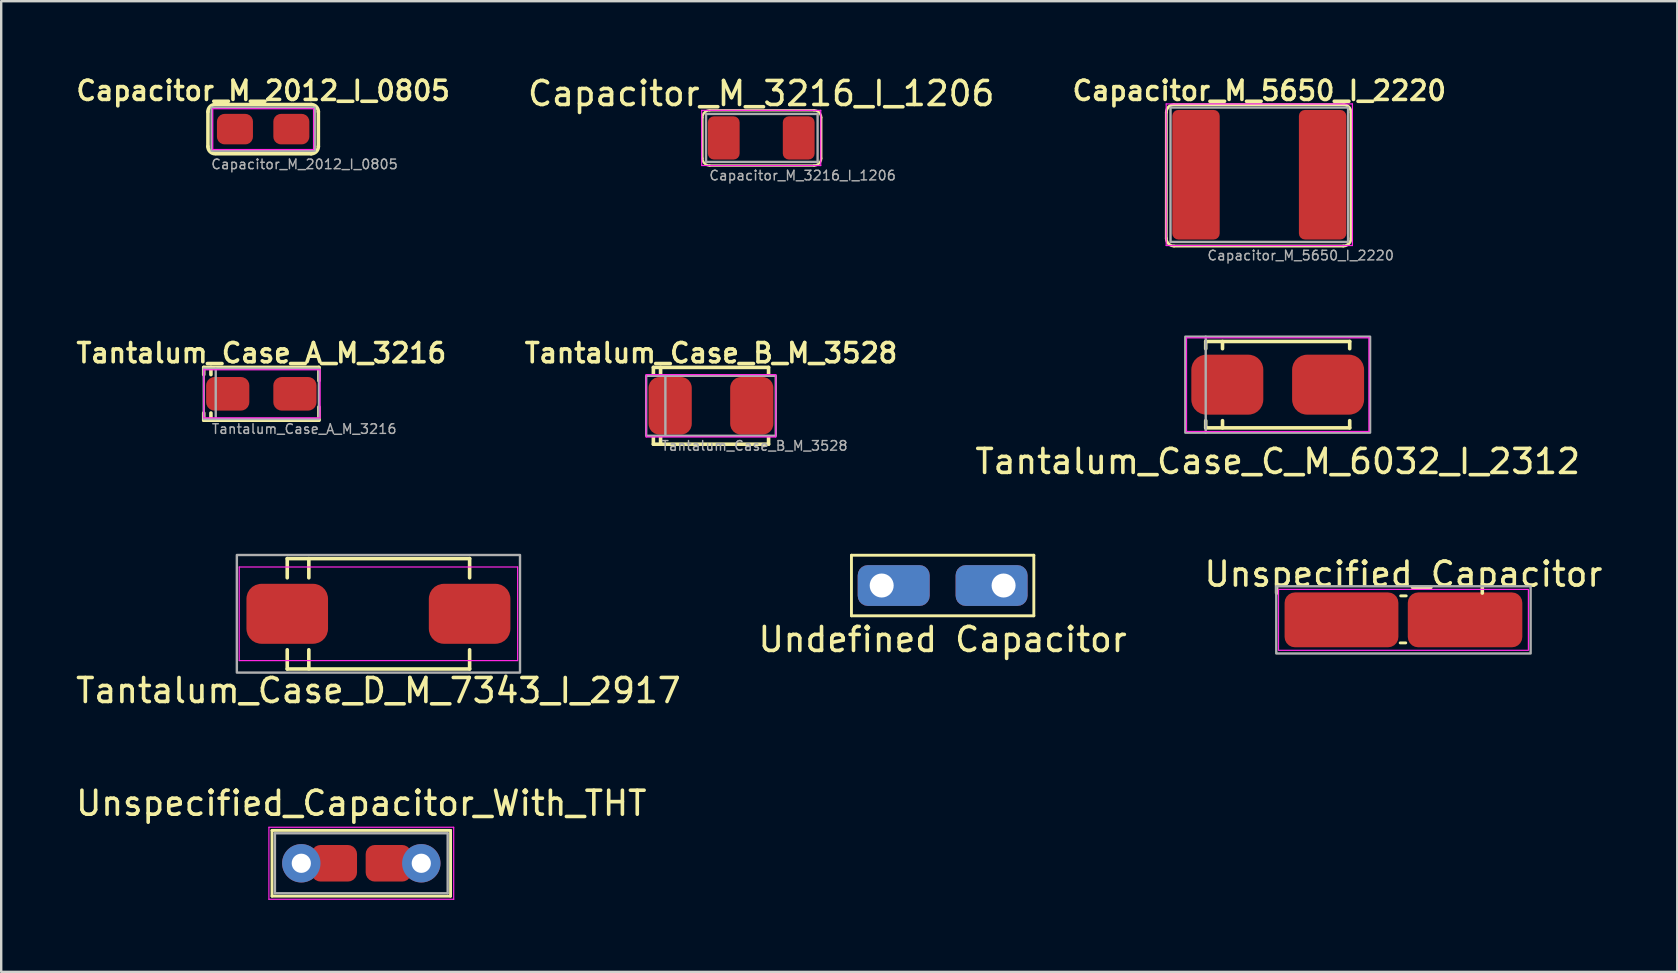
<source format=kicad_pcb>
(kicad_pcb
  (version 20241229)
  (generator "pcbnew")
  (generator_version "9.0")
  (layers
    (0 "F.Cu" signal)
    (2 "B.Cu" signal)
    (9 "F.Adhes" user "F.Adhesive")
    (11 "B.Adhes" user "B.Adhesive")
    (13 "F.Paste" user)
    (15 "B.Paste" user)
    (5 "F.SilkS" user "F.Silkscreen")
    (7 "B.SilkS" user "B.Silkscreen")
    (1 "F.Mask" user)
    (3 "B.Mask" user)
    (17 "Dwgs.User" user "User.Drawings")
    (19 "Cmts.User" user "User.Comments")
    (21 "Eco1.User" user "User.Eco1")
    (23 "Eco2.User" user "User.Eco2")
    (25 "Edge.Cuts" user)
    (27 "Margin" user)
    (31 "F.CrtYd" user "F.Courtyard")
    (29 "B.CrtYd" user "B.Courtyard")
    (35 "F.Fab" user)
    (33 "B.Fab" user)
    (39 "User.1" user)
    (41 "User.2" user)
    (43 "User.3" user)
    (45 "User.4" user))
  (footprint "Capacitor_M_2012_I_0805"
    (layer "F.Cu")
    (at 7.916 2.331)
    (property "Reference" "Capacitor_M_2012_I_0805" (at 0 -1.6 0) (layer "F.SilkS") (effects (font (size 0.8 0.8) (thickness 0.15))))
    (attr smd)
    (fp_line (start -2.3 0.725) (end -2.3 -0.725) (stroke (width 0.15) (type default)) (layer "F.SilkS"))
    (fp_line (start -1.95 -1.025) (end 2 -1.025) (stroke (width 0.15) (type default)) (layer "F.SilkS"))
    (fp_line (start 2 1.025) (end -1.95 1.025) (stroke (width 0.15) (type default)) (layer "F.SilkS"))
    (fp_line (start 2.3 -0.725) (end 2.3 0.725) (stroke (width 0.15) (type default)) (layer "F.SilkS"))
    (fp_arc (start -2.3 -0.725) (mid -2.212132 -0.937132) (end -2 -1.025) (stroke (width 0.15) (type default)) (layer "F.SilkS"))
    (fp_arc (start -2 1.025) (mid -2.212132 0.937132) (end -2.3 0.725) (stroke (width 0.15) (type default)) (layer "F.SilkS"))
    (fp_arc (start 2 -1.025) (mid 2.212132 -0.937132) (end 2.3 -0.725) (stroke (width 0.15) (type default)) (layer "F.SilkS"))
    (fp_arc (start 2.3 0.725) (mid 2.212132 0.937132) (end 2 1.025) (stroke (width 0.15) (type default)) (layer "F.SilkS"))
    (fp_line (start -2.1 -0.85) (end 2.1 -0.85) (stroke (width 0.05) (type default)) (layer "F.CrtYd"))
    (fp_line (start -2.1 0.85) (end -2.1 -0.85) (stroke (width 0.05) (type default)) (layer "F.CrtYd"))
    (fp_line (start 2.1 -0.85) (end 2.1 0.85) (stroke (width 0.05) (type default)) (layer "F.CrtYd"))
    (fp_line (start 2.1 0.85) (end -2.1 0.85) (stroke (width 0.05) (type default)) (layer "F.CrtYd"))
    (fp_rect (start -2.15 -0.9) (end 2.15 0.9) (stroke (width 0.1) (type default)) (fill no) (layer "F.Fab"))
    (fp_text user "${REFERENCE}" (at -2.2 1.7 0) (unlocked yes) (layer "F.Fab") (effects (font (size 0.4 0.4) (thickness 0.06)) (justify left bottom)))
    (pad "1" smd roundrect (at -1.175 0) (size 1.5 1.27) (layers "F.Cu" "F.Mask" "F.Paste") (roundrect_rratio 0.25))
    (pad "2" smd roundrect (at 1.175 0) (size 1.5 1.27) (layers "F.Cu" "F.Mask" "F.Paste") (roundrect_rratio 0.25)))
  (footprint "Capacitor_M_3216_I_1206"
    (layer "F.Cu")
    (at 28.672 2.698)
    (property "Reference" "Capacitor_M_3216_I_1206" (at 0 -1.85 0) (layer "F.SilkS") (effects (font (size 1 1) (thickness 0.15))))
    (attr smd)
    (fp_line (start -2.45 -0.85) (end -2.45 0.85) (stroke (width 0.1) (type solid)) (layer "F.SilkS"))
    (fp_line (start -2.15 1.15) (end 2.2 1.15) (stroke (width 0.1) (type solid)) (layer "F.SilkS"))
    (fp_line (start 2.2 -1.15) (end -2.15 -1.15) (stroke (width 0.1) (type solid)) (layer "F.SilkS"))
    (fp_line (start 2.5 0.85) (end 2.5 -0.85) (stroke (width 0.1) (type solid)) (layer "F.SilkS"))
    (fp_arc (start -2.45 -0.85) (mid -2.362132 -1.062132) (end -2.15 -1.15) (stroke (width 0.1) (type default)) (layer "F.SilkS"))
    (fp_arc (start -2.15 1.15) (mid -2.362132 1.062132) (end -2.45 0.85) (stroke (width 0.1) (type default)) (layer "F.SilkS"))
    (fp_arc (start 2.2 -1.15) (mid 2.412132 -1.062132) (end 2.5 -0.85) (stroke (width 0.1) (type default)) (layer "F.SilkS"))
    (fp_arc (start 2.5 0.85) (mid 2.412132 1.062132) (end 2.2 1.15) (stroke (width 0.1) (type default)) (layer "F.SilkS"))
    (fp_line (start -2.48 -1.15) (end 2.48 -1.15) (stroke (width 0.05) (type solid)) (layer "F.CrtYd"))
    (fp_line (start -2.48 1.15) (end -2.48 -1.15) (stroke (width 0.05) (type solid)) (layer "F.CrtYd"))
    (fp_line (start 2.48 -1.15) (end 2.48 1.15) (stroke (width 0.05) (type solid)) (layer "F.CrtYd"))
    (fp_line (start 2.48 1.15) (end -2.48 1.15) (stroke (width 0.05) (type solid)) (layer "F.CrtYd"))
    (fp_line (start -2.3 -1) (end 2.35 -1) (stroke (width 0.1) (type solid)) (layer "F.Fab"))
    (fp_line (start -2.3 1) (end -2.3 -1) (stroke (width 0.1) (type solid)) (layer "F.Fab"))
    (fp_line (start 2.35 -1) (end 2.35 1) (stroke (width 0.1) (type solid)) (layer "F.Fab"))
    (fp_line (start 2.35 1) (end -2.3 1) (stroke (width 0.1) (type solid)) (layer "F.Fab"))
    (fp_text user "${REFERENCE}" (at -2.2 1.8 0) (unlocked yes) (layer "F.Fab") (effects (font (size 0.4 0.4) (thickness 0.06)) (justify left bottom)))
    (pad "1" smd roundrect (at -1.562 0) (size 1.325 1.8) (layers "F.Cu" "F.Mask" "F.Paste") (roundrect_rratio 0.189))
    (pad "2" smd roundrect (at 1.562 0) (size 1.325 1.8) (layers "F.Cu" "F.Mask" "F.Paste") (roundrect_rratio 0.189)))
  (footprint "Tantalum_Case_D_M_7343_I_2917"
    (layer "F.Cu")
    (at 12.72 22.528)
    (property "Reference" "Tantalum_Case_D_M_7343_I_2917" (at 0 3.2 0) (layer "F.SilkS") (effects (font (size 1 1) (thickness 0.15))))
    (attr smd)
    (fp_line (start -3.8 -2.3) (end 3.8 -2.3) (stroke (width 0.15) (type default)) (layer "F.SilkS"))
    (fp_line (start -3.8 -1.5) (end -3.8 -2.3) (stroke (width 0.15) (type default)) (layer "F.SilkS"))
    (fp_line (start -3.8 2.3) (end -3.8 1.5) (stroke (width 0.15) (type default)) (layer "F.SilkS"))
    (fp_line (start -2.9 -1.5) (end -2.9 -2.3) (stroke (width 0.15) (type default)) (layer "F.SilkS"))
    (fp_line (start -2.9 2.3) (end -2.9 1.5) (stroke (width 0.15) (type default)) (layer "F.SilkS"))
    (fp_line (start 3.8 -2.3) (end 3.8 -1.5) (stroke (width 0.15) (type default)) (layer "F.SilkS"))
    (fp_line (start 3.8 1.5) (end 3.8 2.3) (stroke (width 0.15) (type default)) (layer "F.SilkS"))
    (fp_line (start 3.8 2.3) (end -3.8 2.3) (stroke (width 0.15) (type default)) (layer "F.SilkS"))
    (fp_line (start -5.8 -1.95) (end 5.8 -1.95) (stroke (width 0.05) (type default)) (layer "F.CrtYd"))
    (fp_line (start -5.8 1.95) (end -5.8 -1.95) (stroke (width 0.05) (type default)) (layer "F.CrtYd"))
    (fp_line (start 5.8 -1.95) (end 5.8 1.95) (stroke (width 0.05) (type default)) (layer "F.CrtYd"))
    (fp_line (start 5.8 1.95) (end -5.8 1.95) (stroke (width 0.05) (type default)) (layer "F.CrtYd"))
    (fp_rect (start -5.9 -2.45) (end 5.9 2.45) (stroke (width 0.1) (type default)) (fill no) (layer "F.Fab"))
    (pad "1" smd roundrect (at -3.8 0) (size 3.4 2.5) (layers "F.Cu" "F.Mask" "F.Paste") (roundrect_rratio 0.25))
    (pad "2" smd roundrect (at 3.8 0) (size 3.4 2.5) (layers "F.Cu" "F.Mask" "F.Paste") (roundrect_rratio 0.25)))
  (footprint "Tantalum_Case_A_M_3216"
    (layer "F.Cu")
    (at 7.84 13.361)
    (property "Reference" "Tantalum_Case_A_M_3216" (at 0 -1.7 0) (layer "F.SilkS") (effects (font (size 0.8 0.8) (thickness 0.15))))
    (attr smd)
    (fp_line (start -2.4 -1.1) (end 2.4 -1.1) (stroke (width 0.15) (type default)) (layer "F.SilkS"))
    (fp_line (start -2.4 -0.8) (end -2.4 -1.1) (stroke (width 0.15) (type default)) (layer "F.SilkS"))
    (fp_line (start -2.4 1.1) (end -2.4 0.8) (stroke (width 0.15) (type default)) (layer "F.SilkS"))
    (fp_line (start -2.1 -0.8) (end -2.1 -1.1) (stroke (width 0.15) (type default)) (layer "F.SilkS"))
    (fp_line (start -2.1 1.1) (end -2.1 0.8) (stroke (width 0.15) (type default)) (layer "F.SilkS"))
    (fp_line (start 2.4 -1.1) (end 2.4 -0.55) (stroke (width 0.15) (type default)) (layer "F.SilkS"))
    (fp_line (start 2.4 0.55) (end 2.4 1.1) (stroke (width 0.15) (type default)) (layer "F.SilkS"))
    (fp_line (start 2.4 1.1) (end -2.4 1.1) (stroke (width 0.15) (type default)) (layer "F.SilkS"))
    (fp_line (start -2.4 -1) (end 2.45 -1) (stroke (width 0.05) (type default)) (layer "F.CrtYd"))
    (fp_line (start -2.4 1) (end -2.4 -1) (stroke (width 0.05) (type default)) (layer "F.CrtYd"))
    (fp_line (start 2.45 -1) (end 2.45 1) (stroke (width 0.05) (type default)) (layer "F.CrtYd"))
    (fp_line (start 2.45 1) (end -2.4 1) (stroke (width 0.05) (type default)) (layer "F.CrtYd"))
    (fp_line (start -1.9 -1.05) (end -1.9 1.05) (stroke (width 0.1) (type default)) (layer "F.Fab"))
    (fp_rect (start -2.4 -1.05) (end 2.4 1.05) (stroke (width 0.1) (type default)) (fill no) (layer "F.Fab"))
    (fp_text user "${REFERENCE}" (at -2.1 1.7 0) (unlocked yes) (layer "F.Fab") (effects (font (size 0.4 0.4) (thickness 0.06)) (justify left bottom)))
    (pad "1" smd roundrect (at -1.4 0) (size 1.8 1.4) (layers "F.Cu" "F.Mask" "F.Paste") (roundrect_rratio 0.25))
    (pad "2" smd roundrect (at 1.4 0) (size 1.8 1.4) (layers "F.Cu" "F.Mask" "F.Paste") (roundrect_rratio 0.25)))
  (footprint "Tantalum_Case_B_M_3528"
    (layer "F.Cu")
    (at 26.578 13.861)
    (property "Reference" "Tantalum_Case_B_M_3528" (at 0 -2.2 0) (layer "F.SilkS") (effects (font (size 0.8 0.8) (thickness 0.15))))
    (attr smd)
    (fp_line (start -2.4 -1.6) (end 2.4 -1.6) (stroke (width 0.15) (type default)) (layer "F.SilkS"))
    (fp_line (start -2.4 -1.3) (end -2.4 -1.6) (stroke (width 0.15) (type default)) (layer "F.SilkS"))
    (fp_line (start -2.4 1.6) (end -2.4 1.3) (stroke (width 0.15) (type default)) (layer "F.SilkS"))
    (fp_line (start -2.1 -1.3) (end -2.1 -1.6) (stroke (width 0.15) (type default)) (layer "F.SilkS"))
    (fp_line (start -2.1 1.6) (end -2.1 1.3) (stroke (width 0.15) (type default)) (layer "F.SilkS"))
    (fp_line (start 2.4 -1.6) (end 2.4 -1.3) (stroke (width 0.15) (type default)) (layer "F.SilkS"))
    (fp_line (start 2.4 1.3) (end 2.4 1.6) (stroke (width 0.15) (type default)) (layer "F.SilkS"))
    (fp_line (start 2.4 1.6) (end -2.4 1.6) (stroke (width 0.15) (type default)) (layer "F.SilkS"))
    (fp_line (start -2.7 -1.3) (end 2.7 -1.3) (stroke (width 0.05) (type default)) (layer "F.CrtYd"))
    (fp_line (start -2.7 1.3) (end -2.7 -1.3) (stroke (width 0.05) (type default)) (layer "F.CrtYd"))
    (fp_line (start 2.7 -1.3) (end 2.7 1.3) (stroke (width 0.05) (type default)) (layer "F.CrtYd"))
    (fp_line (start 2.7 1.3) (end -2.7 1.3) (stroke (width 0.05) (type default)) (layer "F.CrtYd"))
    (fp_line (start -1.9 -1.2) (end -1.9 1.2) (stroke (width 0.1) (type default)) (layer "F.Fab"))
    (fp_rect (start -2.7 -1.25) (end 2.7 1.25) (stroke (width 0.1) (type default)) (fill no) (layer "F.Fab"))
    (fp_text user "${REFERENCE}" (at -2.1 1.9 0) (unlocked yes) (layer "F.Fab") (effects (font (size 0.4 0.4) (thickness 0.06)) (justify left bottom)))
    (pad "1" smd roundrect (at -1.7 0) (size 1.8 2.4) (layers "F.Cu" "F.Mask" "F.Paste") (roundrect_rratio 0.25))
    (pad "2" smd roundrect (at 1.7 0) (size 1.8 2.4) (layers "F.Cu" "F.Mask" "F.Paste") (roundrect_rratio 0.25)))
  (footprint "Capacitor_M_5650_I_2220"
    (layer "F.Cu")
    (at 49.428 4.231)
    (property "Reference" "Capacitor_M_5650_I_2220" (at 0 -3.5 0) (layer "F.SilkS") (effects (font (size 0.8 0.8) (thickness 0.15))))
    (attr smd)
    (fp_line (start -3.873 -2.6) (end -3.875 2.65) (stroke (width 0.12) (type solid)) (layer "F.SilkS"))
    (fp_line (start -3.554 2.971) (end 3.5 2.971) (stroke (width 0.12) (type solid)) (layer "F.SilkS"))
    (fp_line (start 3.523 -2.921) (end -3.553 -2.921) (stroke (width 0.12) (type solid)) (layer "F.SilkS"))
    (fp_line (start 3.821 2.65) (end 3.821 -2.6) (stroke (width 0.12) (type solid)) (layer "F.SilkS"))
    (fp_arc (start -3.8735 -2.6) (mid -3.779481 -2.826981) (end -3.5525 -2.921) (stroke (width 0.12) (type default)) (layer "F.SilkS"))
    (fp_arc (start -3.554 2.971) (mid -3.780981 2.876981) (end -3.875 2.65) (stroke (width 0.12) (type default)) (layer "F.SilkS"))
    (fp_arc (start 3.5 -2.921) (mid 3.726981 -2.826981) (end 3.821 -2.6) (stroke (width 0.12) (type default)) (layer "F.SilkS"))
    (fp_arc (start 3.821 2.65) (mid 3.726981 2.876981) (end 3.5 2.971) (stroke (width 0.12) (type default)) (layer "F.SilkS"))
    (fp_line (start -3.88 -2.95) (end 3.88 -2.95) (stroke (width 0.05) (type solid)) (layer "F.CrtYd"))
    (fp_line (start -3.88 2.95) (end -3.88 -2.95) (stroke (width 0.05) (type solid)) (layer "F.CrtYd"))
    (fp_line (start 3.88 -2.95) (end 3.88 2.95) (stroke (width 0.05) (type solid)) (layer "F.CrtYd"))
    (fp_line (start 3.88 2.95) (end -3.88 2.95) (stroke (width 0.05) (type solid)) (layer "F.CrtYd"))
    (fp_rect (start -3.7 -2.8) (end 3.7 2.8) (stroke (width 0.1) (type default)) (fill no) (layer "F.Fab"))
    (fp_text user "${REFERENCE}" (at -2.2 3.6 0) (unlocked yes) (layer "F.Fab") (effects (font (size 0.4 0.4) (thickness 0.06)) (justify left bottom)))
    (pad "1" smd roundrect (at -2.638 0) (size 1.975 5.4) (layers "F.Cu" "F.Mask" "F.Paste") (roundrect_rratio 0.127))
    (pad "2" smd roundrect (at 2.638 0) (size 1.975 5.4) (layers "F.Cu" "F.Mask" "F.Paste") (roundrect_rratio 0.127)))
  (footprint "Unspecified_Capacitor_With_THT"
    (layer "F.Cu")
    (at 9.506 32.925)
    (property "Reference" "Unspecified_Capacitor_With_THT" (at 2.5 -2.5 0) (layer "F.SilkS") (effects (font (size 1 1) (thickness 0.15))))
    (fp_line (start -1.22 -1.37) (end -1.22 1.37) (stroke (width 0.12) (type solid)) (layer "F.SilkS"))
    (fp_line (start -1.22 -1.37) (end 6.22 -1.37) (stroke (width 0.12) (type solid)) (layer "F.SilkS"))
    (fp_line (start -1.22 1.37) (end 6.22 1.37) (stroke (width 0.12) (type solid)) (layer "F.SilkS"))
    (fp_line (start 6.22 -1.37) (end 6.22 1.37) (stroke (width 0.12) (type solid)) (layer "F.SilkS"))
    (fp_line (start -1.35 -1.5) (end -1.35 1.5) (stroke (width 0.05) (type solid)) (layer "F.CrtYd"))
    (fp_line (start -1.35 1.5) (end 6.35 1.5) (stroke (width 0.05) (type solid)) (layer "F.CrtYd"))
    (fp_line (start 6.35 -1.5) (end -1.35 -1.5) (stroke (width 0.05) (type solid)) (layer "F.CrtYd"))
    (fp_line (start 6.35 1.5) (end 6.35 -1.5) (stroke (width 0.05) (type solid)) (layer "F.CrtYd"))
    (fp_line (start -1.1 -1.25) (end -1.1 1.25) (stroke (width 0.1) (type solid)) (layer "F.Fab"))
    (fp_line (start -1.1 1.25) (end 6.1 1.25) (stroke (width 0.1) (type solid)) (layer "F.Fab"))
    (fp_line (start 6.1 -1.25) (end -1.1 -1.25) (stroke (width 0.1) (type solid)) (layer "F.Fab"))
    (fp_line (start 6.1 1.25) (end 6.1 -1.25) (stroke (width 0.1) (type solid)) (layer "F.Fab"))
    (pad "1" thru_hole circle (at 0 0) (size 1.6 1.6) (drill 0.8) (layers "*.Cu" "*.Mask"))
    (pad "1" smd roundrect (at 1.372 0) (size 1.9 1.524) (layers "F.Cu" "F.Mask" "F.Paste") (roundrect_rratio 0.25))
    (pad "2" smd roundrect (at 3.632 0) (size 1.9 1.524) (layers "F.Cu" "F.Mask" "F.Paste") (roundrect_rratio 0.25))
    (pad "2" thru_hole circle (at 5 0) (size 1.6 1.6) (drill 0.8) (layers "*.Cu" "*.Mask")))
  (footprint "Unspecified_Capacitor"
    (layer "F.Cu")
    (at 55.435 22.781)
    (property "Reference" "Unspecified_Capacitor" (at 0 -1.905 0) (unlocked yes) (layer "F.SilkS") (effects (font (size 1 1) (thickness 0.15))))
    (attr smd)
    (fp_line (start -0.136 0.96) (end 0.096 0.96) (stroke (width 0.12) (type solid)) (layer "F.SilkS"))
    (fp_line (start -0.116 -1) (end 0.116 -1) (stroke (width 0.12) (type solid)) (layer "F.SilkS"))
    (fp_rect (start -5.207 -1.27) (end 5.207 1.27) (stroke (width 0.05) (type default)) (fill no) (layer "F.CrtYd"))
    (fp_rect (start -5.3 -1.4) (end 5.3 1.4) (stroke (width 0.1) (type default)) (fill no) (layer "F.Fab"))
    (pad "1" smd roundrect (at -2.582 0) (size 4.743 2.286) (layers "F.Cu" "F.Mask" "F.Paste") (roundrect_rratio 0.189))
    (pad "2" smd roundrect (at 2.567 0) (size 4.773 2.286) (layers "F.Cu" "F.Mask" "F.Paste") (roundrect_rratio 0.189)))
  (footprint "Tantalum_Case_C_M_6032_I_2312"
    (layer "F.Cu")
    (at 50.195 12.98)
    (property "Reference" "Tantalum_Case_C_M_6032_I_2312" (at 0 3.2 0) (layer "F.SilkS") (effects (font (size 1 1) (thickness 0.15))))
    (attr smd)
    (fp_line (start -3 -1.8) (end 3 -1.8) (stroke (width 0.15) (type default)) (layer "F.SilkS"))
    (fp_line (start -3 -1.5) (end -3 -1.8) (stroke (width 0.15) (type default)) (layer "F.SilkS"))
    (fp_line (start -3 1.8) (end -3 1.5) (stroke (width 0.15) (type default)) (layer "F.SilkS"))
    (fp_line (start -2.3 -1.5) (end -2.3 -1.8) (stroke (width 0.15) (type default)) (layer "F.SilkS"))
    (fp_line (start -2.3 1.8) (end -2.3 1.5) (stroke (width 0.15) (type default)) (layer "F.SilkS"))
    (fp_line (start 3 -1.8) (end 3 -1.5) (stroke (width 0.15) (type default)) (layer "F.SilkS"))
    (fp_line (start 3 1.5) (end 3 1.8) (stroke (width 0.15) (type default)) (layer "F.SilkS"))
    (fp_line (start 3 1.8) (end -3 1.8) (stroke (width 0.15) (type default)) (layer "F.SilkS"))
    (fp_line (start -3.8 -1.95) (end 3.8 -1.95) (stroke (width 0.05) (type default)) (layer "F.CrtYd"))
    (fp_line (start -3.8 1.95) (end -3.8 -1.95) (stroke (width 0.05) (type default)) (layer "F.CrtYd"))
    (fp_line (start 3.8 -1.95) (end 3.8 1.95) (stroke (width 0.05) (type default)) (layer "F.CrtYd"))
    (fp_line (start 3.8 1.95) (end -3.8 1.95) (stroke (width 0.05) (type default)) (layer "F.CrtYd"))
    (fp_line (start -3 -2) (end -3 2) (stroke (width 0.1) (type default)) (layer "F.Fab"))
    (fp_rect (start -3.85 -2) (end 3.85 2) (stroke (width 0.1) (type default)) (fill no) (layer "F.Fab"))
    (pad "1" smd roundrect (at -2.1 0) (size 3 2.5) (layers "F.Cu" "F.Mask" "F.Paste") (roundrect_rratio 0.25))
    (pad "2" smd roundrect (at 2.1 0) (size 3 2.5) (layers "F.Cu" "F.Mask" "F.Paste") (roundrect_rratio 0.25)))
  (footprint "Undefined Capacitor"
    (layer "F.Cu")
    (at 36.232 21.35)
    (property "Reference" "Undefined Capacitor" (at 0 2.25 0) (layer "F.SilkS") (effects (font (size 1 1) (thickness 0.15))))
    (fp_line (start -3.8 -1.262) (end -3.8 1.262) (stroke (width 0.12) (type default)) (layer "F.SilkS"))
    (fp_line (start -3.8 -1.262) (end 3.8 -1.262) (stroke (width 0.12) (type default)) (layer "F.SilkS"))
    (fp_line (start -3.8 1.262) (end 3.8 1.262) (stroke (width 0.12) (type default)) (layer "F.SilkS"))
    (fp_line (start 3.8 -1.262) (end 3.8 1.262) (stroke (width 0.12) (type default)) (layer "F.SilkS"))
    (pad "1" thru_hole roundrect (at -2.54 0) (size 3 1.7) (drill 1 (offset 0.5 0)) (layers "*.Cu" "*.Mask") (roundrect_rratio 0.25))
    (pad "2" thru_hole roundrect (at 2.54 0 180) (size 3 1.7) (drill 1 (offset 0.5 0)) (layers "*.Cu" "*.Mask") (roundrect_rratio 0.25)))
  (gr_rect
    (start -3 -3)
    (end 66.845 37.45)
    (stroke (width 0.1) (type default))
    (fill no)
    (layer "Edge.Cuts")))
</source>
